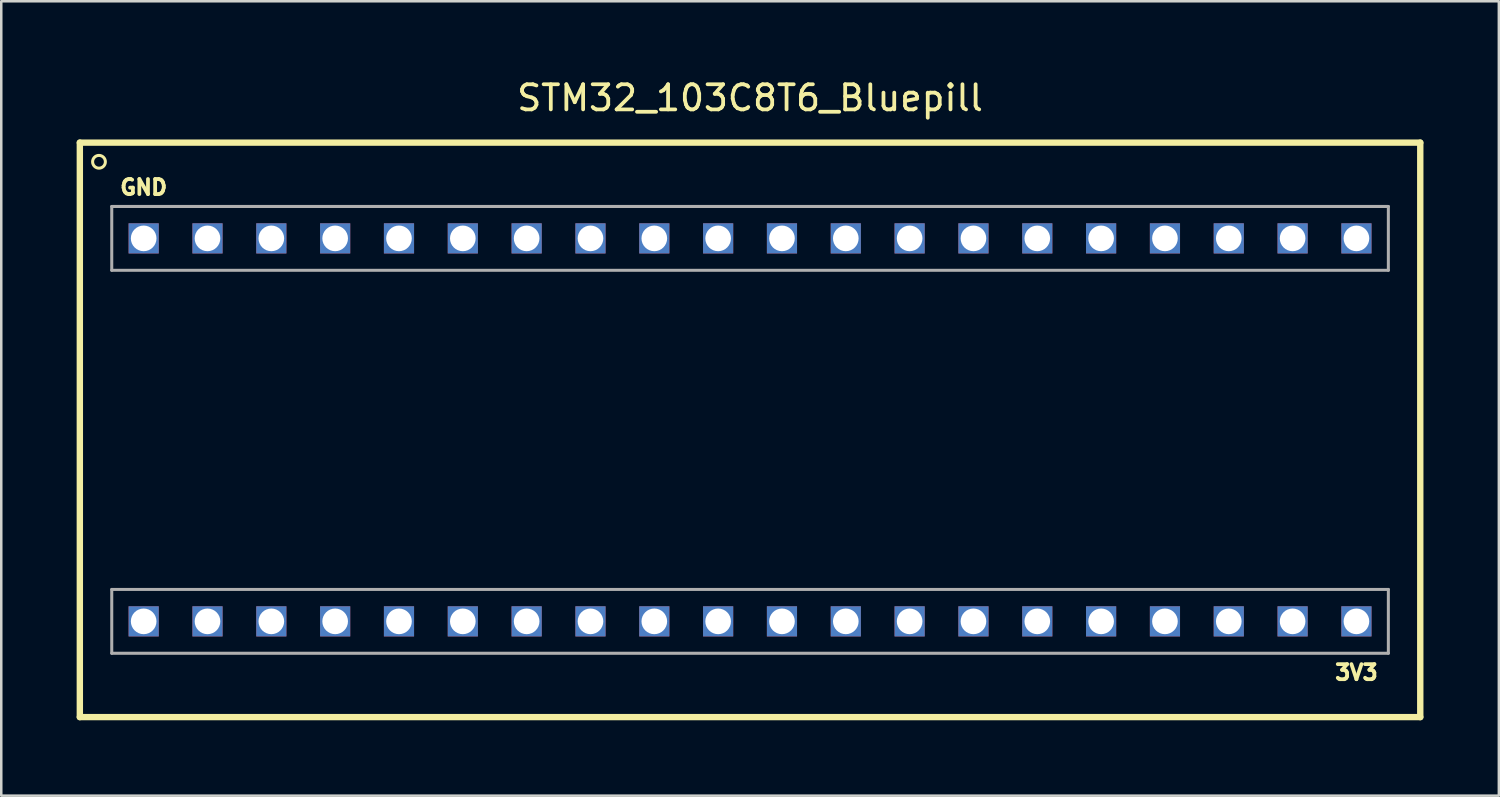
<source format=kicad_pcb>
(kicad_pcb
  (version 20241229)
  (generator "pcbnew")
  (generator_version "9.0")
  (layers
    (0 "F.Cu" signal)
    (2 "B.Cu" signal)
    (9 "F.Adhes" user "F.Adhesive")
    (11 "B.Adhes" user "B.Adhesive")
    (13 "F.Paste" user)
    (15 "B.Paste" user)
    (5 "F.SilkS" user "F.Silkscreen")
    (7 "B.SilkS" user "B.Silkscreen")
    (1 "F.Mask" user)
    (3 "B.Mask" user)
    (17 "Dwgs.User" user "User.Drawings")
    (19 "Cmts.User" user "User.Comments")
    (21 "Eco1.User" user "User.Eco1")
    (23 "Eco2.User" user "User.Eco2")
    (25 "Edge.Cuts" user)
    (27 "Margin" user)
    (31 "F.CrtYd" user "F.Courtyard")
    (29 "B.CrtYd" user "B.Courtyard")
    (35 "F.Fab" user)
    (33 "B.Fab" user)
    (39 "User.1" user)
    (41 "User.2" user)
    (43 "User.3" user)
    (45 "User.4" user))
  (footprint "STM32_103C8T6_Bluepill"
    (layer "F.Cu")
    (at 26.797 14.056)
    (property "Reference" "STM32_103C8T6_Bluepill" (at 0 -13.208 0) (layer "F.SilkS") (effects (font (size 1 1) (thickness 0.15))))
    (attr through_hole)
    (fp_line (start -26.67 -11.43) (end -26.67 11.43) (stroke (width 0.254) (type solid)) (layer "F.SilkS"))
    (fp_line (start -26.67 -11.43) (end 26.67 -11.43) (stroke (width 0.254) (type solid)) (layer "F.SilkS"))
    (fp_line (start 26.67 -11.43) (end 26.67 11.43) (stroke (width 0.254) (type solid)) (layer "F.SilkS"))
    (fp_line (start 26.67 11.43) (end -26.67 11.43) (stroke (width 0.254) (type solid)) (layer "F.SilkS"))
    (fp_circle (center -25.908 -10.668) (end -25.908 -10.922) (stroke (width 0.12) (type solid)) (fill no) (layer "F.SilkS"))
    (fp_line (start -25.4 -8.89) (end -25.4 -6.35) (stroke (width 0.12) (type solid)) (layer "F.Fab"))
    (fp_line (start -25.4 -6.35) (end 25.4 -6.35) (stroke (width 0.12) (type solid)) (layer "F.Fab"))
    (fp_line (start -25.4 6.35) (end -25.4 8.89) (stroke (width 0.12) (type solid)) (layer "F.Fab"))
    (fp_line (start -25.4 8.89) (end 25.4 8.89) (stroke (width 0.12) (type solid)) (layer "F.Fab"))
    (fp_line (start 25.4 -8.89) (end -25.4 -8.89) (stroke (width 0.12) (type solid)) (layer "F.Fab"))
    (fp_line (start 25.4 -6.35) (end 25.4 -8.89) (stroke (width 0.12) (type solid)) (layer "F.Fab"))
    (fp_line (start 25.4 6.35) (end -25.4 6.35) (stroke (width 0.12) (type solid)) (layer "F.Fab"))
    (fp_line (start 25.4 8.89) (end 25.4 6.35) (stroke (width 0.12) (type solid)) (layer "F.Fab"))
    (fp_text user "GND" (at -24.13 -9.652 0) (layer "F.SilkS") (effects (font (size 0.6 0.6) (thickness 0.15))))
    (fp_text user "3V3" (at 24.13 9.652 0) (layer "F.SilkS") (effects (font (size 0.6 0.6) (thickness 0.15))))
    (pad "1" thru_hole rect (at -24.13 -7.62) (size 1.2 1.2) (drill 1.02) (layers "*.Cu" "*.Mask"))
    (pad "2" thru_hole rect (at -21.59 -7.62) (size 1.2 1.2) (drill 1.02) (layers "*.Cu" "*.Mask"))
    (pad "3" thru_hole rect (at -19.05 -7.62) (size 1.2 1.2) (drill 1.02) (layers "*.Cu" "*.Mask"))
    (pad "4" thru_hole rect (at -16.51 -7.62) (size 1.2 1.2) (drill 1.02) (layers "*.Cu" "*.Mask"))
    (pad "5" thru_hole rect (at -13.97 -7.62) (size 1.2 1.2) (drill 1.02) (layers "*.Cu" "*.Mask"))
    (pad "6" thru_hole rect (at -11.43 -7.62) (size 1.2 1.2) (drill 1.02) (layers "*.Cu" "*.Mask"))
    (pad "7" thru_hole rect (at -8.89 -7.62) (size 1.2 1.2) (drill 1.02) (layers "*.Cu" "*.Mask"))
    (pad "8" thru_hole rect (at -6.35 -7.62) (size 1.2 1.2) (drill 1.02) (layers "*.Cu" "*.Mask"))
    (pad "9" thru_hole rect (at -3.81 -7.62) (size 1.2 1.2) (drill 1.02) (layers "*.Cu" "*.Mask"))
    (pad "10" thru_hole rect (at -1.27 -7.62) (size 1.2 1.2) (drill 1.02) (layers "*.Cu" "*.Mask"))
    (pad "11" thru_hole rect (at 1.27 -7.62) (size 1.2 1.2) (drill 1.02) (layers "*.Cu" "*.Mask"))
    (pad "12" thru_hole rect (at 3.81 -7.62) (size 1.2 1.2) (drill 1.02) (layers "*.Cu" "*.Mask"))
    (pad "13" thru_hole rect (at 6.35 -7.62) (size 1.2 1.2) (drill 1.02) (layers "*.Cu" "*.Mask"))
    (pad "14" thru_hole rect (at 8.89 -7.62) (size 1.2 1.2) (drill 1.02) (layers "*.Cu" "*.Mask"))
    (pad "15" thru_hole rect (at 11.43 -7.62) (size 1.2 1.2) (drill 1.02) (layers "*.Cu" "*.Mask"))
    (pad "16" thru_hole rect (at 13.97 -7.62) (size 1.2 1.2) (drill 1.02) (layers "*.Cu" "*.Mask"))
    (pad "17" thru_hole rect (at 16.51 -7.62) (size 1.2 1.2) (drill 1.02) (layers "*.Cu" "*.Mask"))
    (pad "18" thru_hole rect (at 19.05 -7.62) (size 1.2 1.2) (drill 1.02) (layers "*.Cu" "*.Mask"))
    (pad "19" thru_hole rect (at 21.59 -7.62) (size 1.2 1.2) (drill 1.02) (layers "*.Cu" "*.Mask"))
    (pad "20" thru_hole rect (at 24.13 -7.62) (size 1.2 1.2) (drill 1.02) (layers "*.Cu" "*.Mask"))
    (pad "21" thru_hole rect (at -24.13 7.62) (size 1.2 1.2) (drill 1.02) (layers "*.Cu" "*.Mask"))
    (pad "22" thru_hole rect (at -21.59 7.62) (size 1.2 1.2) (drill 1.02) (layers "*.Cu" "*.Mask"))
    (pad "23" thru_hole rect (at -19.05 7.62) (size 1.2 1.2) (drill 1.02) (layers "*.Cu" "*.Mask"))
    (pad "24" thru_hole rect (at -16.51 7.62) (size 1.2 1.2) (drill 1.02) (layers "*.Cu" "*.Mask"))
    (pad "25" thru_hole rect (at -13.97 7.62) (size 1.2 1.2) (drill 1.02) (layers "*.Cu" "*.Mask"))
    (pad "26" thru_hole rect (at -11.43 7.62) (size 1.2 1.2) (drill 1.02) (layers "*.Cu" "*.Mask"))
    (pad "27" thru_hole rect (at -8.89 7.62) (size 1.2 1.2) (drill 1.02) (layers "*.Cu" "*.Mask"))
    (pad "28" thru_hole rect (at -6.35 7.62) (size 1.2 1.2) (drill 1.02) (layers "*.Cu" "*.Mask"))
    (pad "29" thru_hole rect (at -3.81 7.62) (size 1.2 1.2) (drill 1.02) (layers "*.Cu" "*.Mask"))
    (pad "30" thru_hole rect (at -1.27 7.62) (size 1.2 1.2) (drill 1.02) (layers "*.Cu" "*.Mask"))
    (pad "31" thru_hole rect (at 1.27 7.62) (size 1.2 1.2) (drill 1.02) (layers "*.Cu" "*.Mask"))
    (pad "32" thru_hole rect (at 3.81 7.62) (size 1.2 1.2) (drill 1.02) (layers "*.Cu" "*.Mask"))
    (pad "33" thru_hole rect (at 6.35 7.62) (size 1.2 1.2) (drill 1.02) (layers "*.Cu" "*.Mask"))
    (pad "34" thru_hole rect (at 8.89 7.62) (size 1.2 1.2) (drill 1.02) (layers "*.Cu" "*.Mask"))
    (pad "35" thru_hole rect (at 11.43 7.62) (size 1.2 1.2) (drill 1.02) (layers "*.Cu" "*.Mask"))
    (pad "36" thru_hole rect (at 13.97 7.62) (size 1.2 1.2) (drill 1.02) (layers "*.Cu" "*.Mask"))
    (pad "37" thru_hole rect (at 16.51 7.62) (size 1.2 1.2) (drill 1.02) (layers "*.Cu" "*.Mask"))
    (pad "38" thru_hole rect (at 19.05 7.62) (size 1.2 1.2) (drill 1.02) (layers "*.Cu" "*.Mask"))
    (pad "39" thru_hole rect (at 21.59 7.62) (size 1.2 1.2) (drill 1.02) (layers "*.Cu" "*.Mask"))
    (pad "40" thru_hole rect (at 24.13 7.62) (size 1.2 1.2) (drill 1.02) (layers "*.Cu" "*.Mask")))
  (gr_rect
    (start -3 -3)
    (end 56.594 28.613)
    (stroke (width 0.1) (type default))
    (fill no)
    (layer "Edge.Cuts")))
</source>
